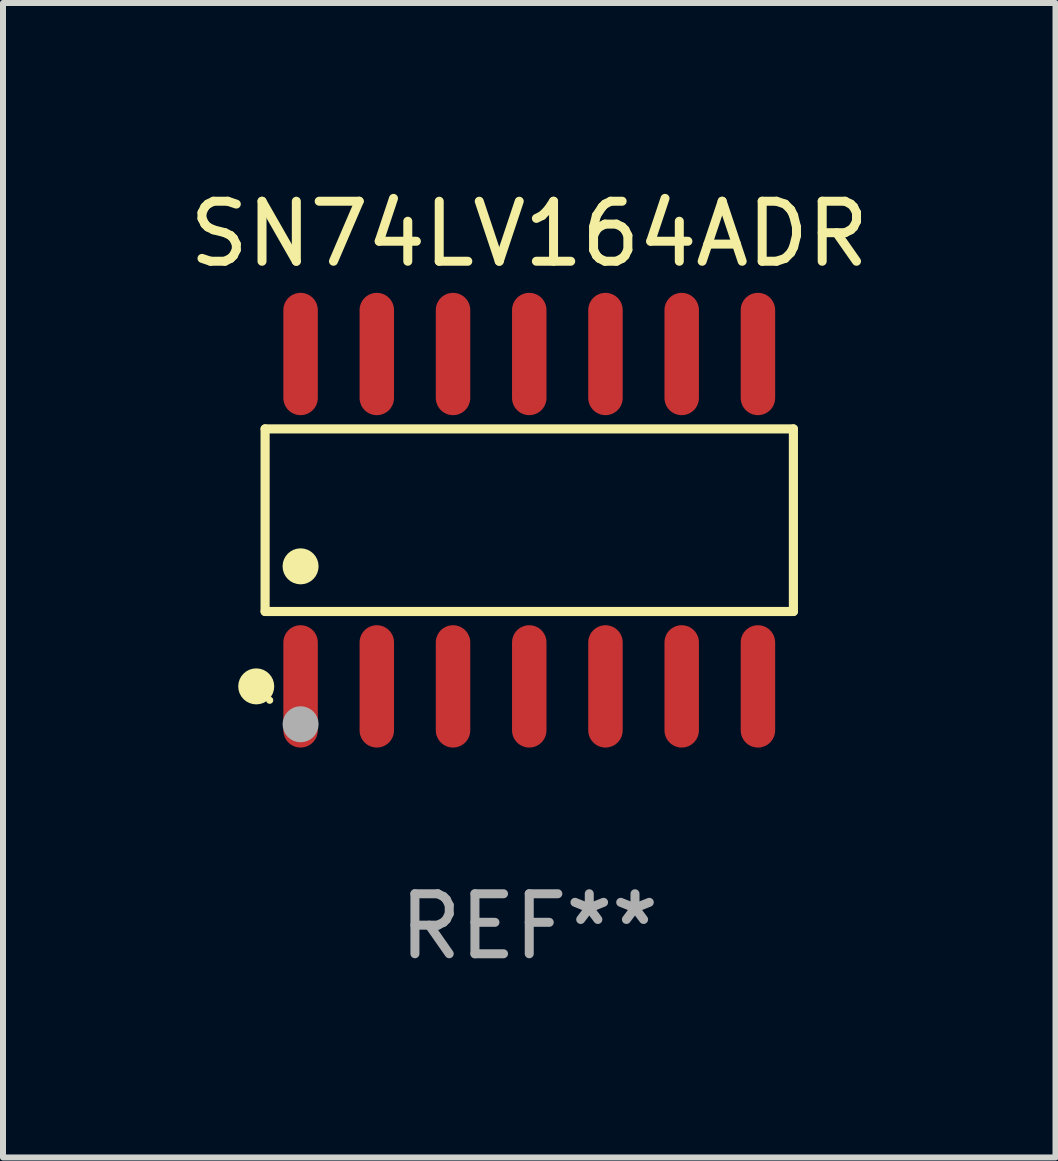
<source format=kicad_pcb>
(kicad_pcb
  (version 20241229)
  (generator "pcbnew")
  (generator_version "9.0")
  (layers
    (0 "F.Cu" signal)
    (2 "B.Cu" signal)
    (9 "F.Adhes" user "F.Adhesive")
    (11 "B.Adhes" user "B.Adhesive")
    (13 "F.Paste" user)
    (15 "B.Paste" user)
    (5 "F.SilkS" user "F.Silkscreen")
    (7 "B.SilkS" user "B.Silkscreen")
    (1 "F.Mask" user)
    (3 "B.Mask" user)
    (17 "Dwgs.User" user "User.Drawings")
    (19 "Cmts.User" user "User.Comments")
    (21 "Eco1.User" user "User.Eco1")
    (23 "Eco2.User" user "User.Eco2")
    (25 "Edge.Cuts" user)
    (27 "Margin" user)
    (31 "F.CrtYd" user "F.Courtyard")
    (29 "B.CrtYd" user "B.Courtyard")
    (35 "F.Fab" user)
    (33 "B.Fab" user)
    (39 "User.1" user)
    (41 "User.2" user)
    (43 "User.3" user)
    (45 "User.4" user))
  (footprint "SN74LV164ADR"
    (layer "F.Cu")
    (at 5.768 5.617)
    (property "Reference" "SN74LV164ADR" (at 0 -4.769 0) (layer "F.SilkS") (effects (font (size 1 1) (thickness 0.15))))
    (attr through_hole)
    (fp_line (start -4.401 -1.521) (end 4.401 -1.521) (stroke (width 0.152) (type solid)) (layer "F.SilkS"))
    (fp_line (start -4.401 1.521) (end -4.401 -1.521) (stroke (width 0.152) (type solid)) (layer "F.SilkS"))
    (fp_line (start 4.401 -1.521) (end 4.401 1.521) (stroke (width 0.152) (type solid)) (layer "F.SilkS"))
    (fp_line (start 4.401 1.521) (end -4.401 1.521) (stroke (width 0.152) (type solid)) (layer "F.SilkS"))
    (fp_circle (center -4.549 2.769) (end -4.399 2.769) (stroke (width 0.3) (type solid)) (fill no) (layer "F.SilkS"))
    (fp_circle (center -4.325 3) (end -4.295 3) (stroke (width 0.06) (type solid)) (fill no) (layer "F.SilkS"))
    (fp_circle (center -3.81 0.769) (end -3.66 0.769) (stroke (width 0.3) (type solid)) (fill no) (layer "F.SilkS"))
    (fp_circle (center -3.81 3.4) (end -3.66 3.4) (stroke (width 0.3) (type solid)) (fill no) (layer "F.Fab"))
    (fp_text user "REF**" (at 0 6.769 0) (layer "F.Fab") (effects (font (size 1 1) (thickness 0.15))))
    (pad "1" smd oval (at -3.81 2.769) (size 0.574 2.038) (layers "F.Cu" "F.Mask" "F.Paste"))
    (pad "2" smd oval (at -2.54 2.769) (size 0.574 2.038) (layers "F.Cu" "F.Mask" "F.Paste"))
    (pad "3" smd oval (at -1.27 2.769) (size 0.574 2.038) (layers "F.Cu" "F.Mask" "F.Paste"))
    (pad "4" smd oval (at 0 2.769) (size 0.574 2.038) (layers "F.Cu" "F.Mask" "F.Paste"))
    (pad "5" smd oval (at 1.27 2.769) (size 0.574 2.038) (layers "F.Cu" "F.Mask" "F.Paste"))
    (pad "6" smd oval (at 2.54 2.769) (size 0.574 2.038) (layers "F.Cu" "F.Mask" "F.Paste"))
    (pad "7" smd oval (at 3.81 2.769) (size 0.574 2.038) (layers "F.Cu" "F.Mask" "F.Paste"))
    (pad "8" smd oval (at 3.81 -2.769) (size 0.574 2.038) (layers "F.Cu" "F.Mask" "F.Paste"))
    (pad "9" smd oval (at 2.54 -2.769) (size 0.574 2.038) (layers "F.Cu" "F.Mask" "F.Paste"))
    (pad "10" smd oval (at 1.27 -2.769) (size 0.574 2.038) (layers "F.Cu" "F.Mask" "F.Paste"))
    (pad "11" smd oval (at 0 -2.769) (size 0.574 2.038) (layers "F.Cu" "F.Mask" "F.Paste"))
    (pad "12" smd oval (at -1.27 -2.769) (size 0.574 2.038) (layers "F.Cu" "F.Mask" "F.Paste"))
    (pad "13" smd oval (at -2.54 -2.769) (size 0.574 2.038) (layers "F.Cu" "F.Mask" "F.Paste"))
    (pad "14" smd oval (at -3.81 -2.769) (size 0.574 2.038) (layers "F.Cu" "F.Mask" "F.Paste")))
  (gr_rect
    (start -3 -3)
    (end 14.536 16.235)
    (stroke (width 0.1) (type default))
    (fill no)
    (layer "Edge.Cuts")))
</source>
